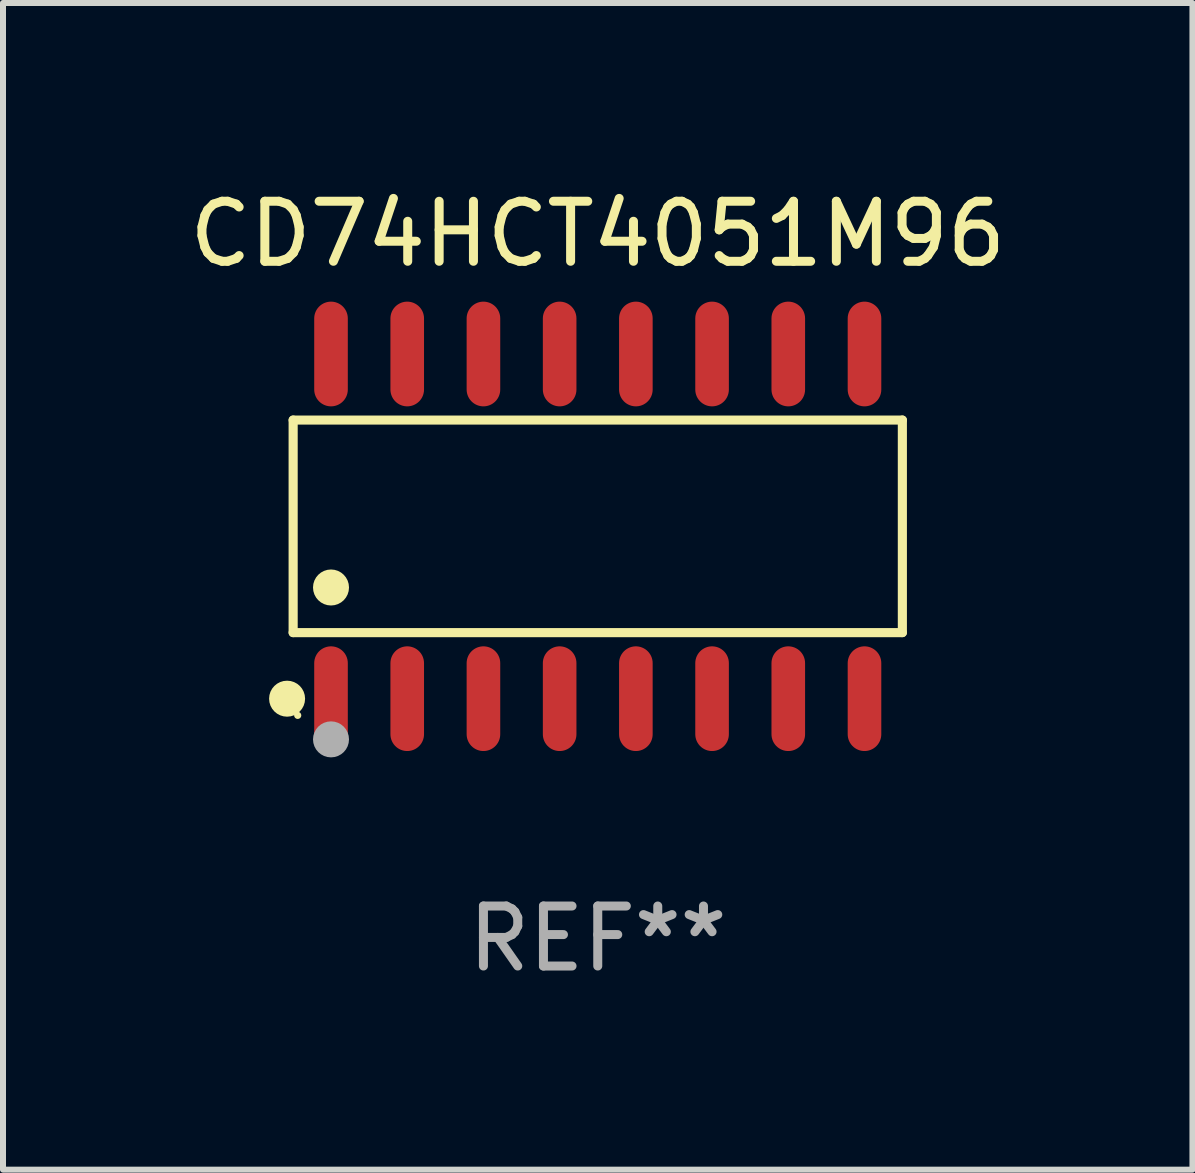
<source format=kicad_pcb>
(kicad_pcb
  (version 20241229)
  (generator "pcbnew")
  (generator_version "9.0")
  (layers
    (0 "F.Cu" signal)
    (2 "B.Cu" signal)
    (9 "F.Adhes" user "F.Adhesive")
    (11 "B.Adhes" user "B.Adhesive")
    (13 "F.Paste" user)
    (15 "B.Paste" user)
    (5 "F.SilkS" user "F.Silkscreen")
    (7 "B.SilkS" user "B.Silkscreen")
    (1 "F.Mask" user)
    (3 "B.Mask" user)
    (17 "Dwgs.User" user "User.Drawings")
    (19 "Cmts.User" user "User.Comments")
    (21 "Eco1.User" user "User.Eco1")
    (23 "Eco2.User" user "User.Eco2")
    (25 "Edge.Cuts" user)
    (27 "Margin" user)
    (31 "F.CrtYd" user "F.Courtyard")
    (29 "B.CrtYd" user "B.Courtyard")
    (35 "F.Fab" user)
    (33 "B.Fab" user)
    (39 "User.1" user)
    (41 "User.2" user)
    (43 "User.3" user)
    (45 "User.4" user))
  (footprint "CD74HCT4051M96"
    (layer "F.Cu")
    (at 6.911 5.721)
    (property "Reference" "CD74HCT4051M96" (at 0 -4.872 0) (layer "F.SilkS") (effects (font (size 1 1) (thickness 0.15))))
    (attr through_hole)
    (fp_line (start -5.076 -1.771) (end 5.076 -1.771) (stroke (width 0.152) (type solid)) (layer "F.SilkS"))
    (fp_line (start -5.076 1.771) (end -5.076 -1.771) (stroke (width 0.152) (type solid)) (layer "F.SilkS"))
    (fp_line (start 5.076 -1.771) (end 5.076 1.771) (stroke (width 0.152) (type solid)) (layer "F.SilkS"))
    (fp_line (start 5.076 1.771) (end -5.076 1.771) (stroke (width 0.152) (type solid)) (layer "F.SilkS"))
    (fp_circle (center -5.177 2.872) (end -5.027 2.872) (stroke (width 0.3) (type solid)) (fill no) (layer "F.SilkS"))
    (fp_circle (center -5 3.15) (end -4.97 3.15) (stroke (width 0.06) (type solid)) (fill no) (layer "F.SilkS"))
    (fp_circle (center -4.445 1.019) (end -4.295 1.019) (stroke (width 0.3) (type solid)) (fill no) (layer "F.SilkS"))
    (fp_circle (center -4.445 3.55) (end -4.295 3.55) (stroke (width 0.3) (type solid)) (fill no) (layer "F.Fab"))
    (fp_text user "REF**" (at 0 6.872 0) (layer "F.Fab") (effects (font (size 1 1) (thickness 0.15))))
    (pad "1" smd oval (at -4.445 2.872) (size 0.56 1.745) (layers "F.Cu" "F.Mask" "F.Paste"))
    (pad "2" smd oval (at -3.175 2.872) (size 0.56 1.745) (layers "F.Cu" "F.Mask" "F.Paste"))
    (pad "3" smd oval (at -1.905 2.872) (size 0.56 1.745) (layers "F.Cu" "F.Mask" "F.Paste"))
    (pad "4" smd oval (at -0.635 2.872) (size 0.56 1.745) (layers "F.Cu" "F.Mask" "F.Paste"))
    (pad "5" smd oval (at 0.635 2.872) (size 0.56 1.745) (layers "F.Cu" "F.Mask" "F.Paste"))
    (pad "6" smd oval (at 1.905 2.872) (size 0.56 1.745) (layers "F.Cu" "F.Mask" "F.Paste"))
    (pad "7" smd oval (at 3.175 2.872) (size 0.56 1.745) (layers "F.Cu" "F.Mask" "F.Paste"))
    (pad "8" smd oval (at 4.445 2.872) (size 0.56 1.745) (layers "F.Cu" "F.Mask" "F.Paste"))
    (pad "9" smd oval (at 4.445 -2.872) (size 0.56 1.745) (layers "F.Cu" "F.Mask" "F.Paste"))
    (pad "10" smd oval (at 3.175 -2.872) (size 0.56 1.745) (layers "F.Cu" "F.Mask" "F.Paste"))
    (pad "11" smd oval (at 1.905 -2.872) (size 0.56 1.745) (layers "F.Cu" "F.Mask" "F.Paste"))
    (pad "12" smd oval (at 0.635 -2.872) (size 0.56 1.745) (layers "F.Cu" "F.Mask" "F.Paste"))
    (pad "13" smd oval (at -0.635 -2.872) (size 0.56 1.745) (layers "F.Cu" "F.Mask" "F.Paste"))
    (pad "14" smd oval (at -1.905 -2.872) (size 0.56 1.745) (layers "F.Cu" "F.Mask" "F.Paste"))
    (pad "15" smd oval (at -3.175 -2.872) (size 0.56 1.745) (layers "F.Cu" "F.Mask" "F.Paste"))
    (pad "16" smd oval (at -4.445 -2.872) (size 0.56 1.745) (layers "F.Cu" "F.Mask" "F.Paste")))
  (gr_rect
    (start -3 -3)
    (end 16.821 16.441)
    (stroke (width 0.1) (type default))
    (fill no)
    (layer "Edge.Cuts")))
</source>
